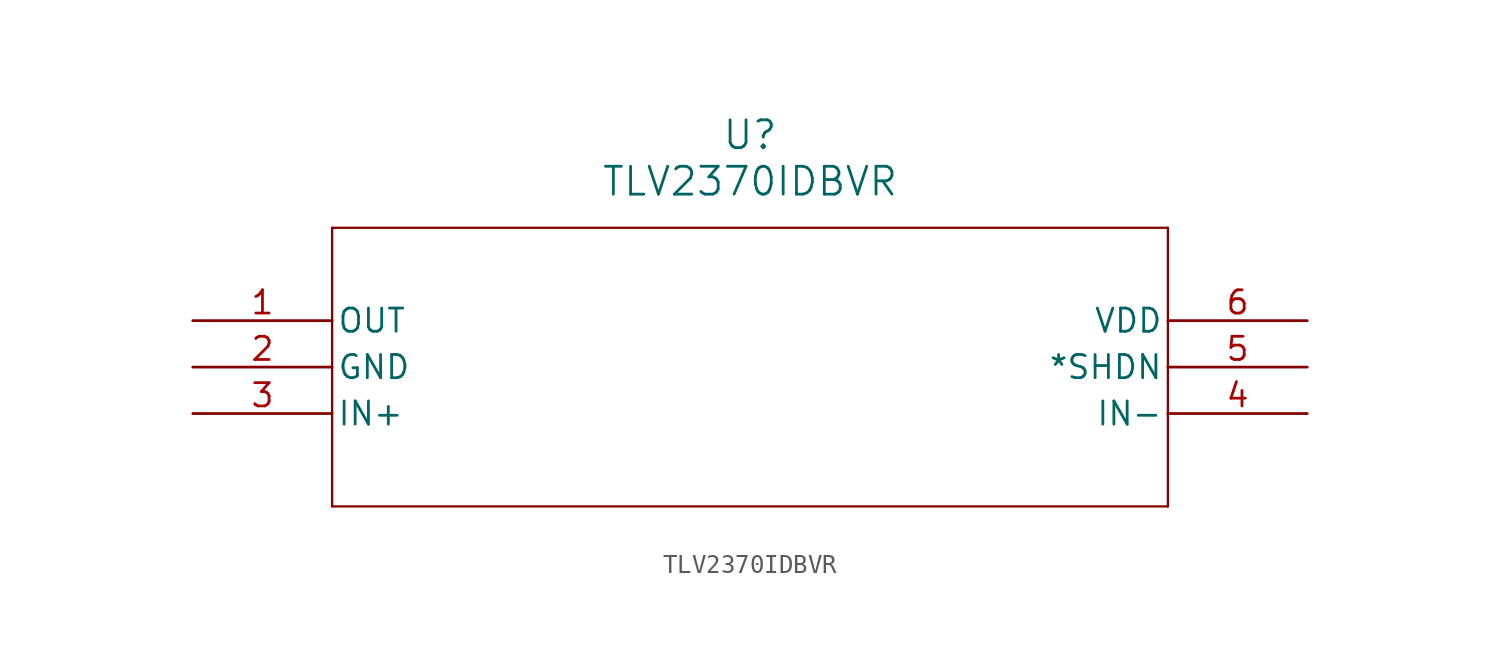
<source format=kicad_sym>
(kicad_symbol_lib
  (version 20211014)
  (generator kicad_symbol_editor)
  (symbol "TLV2370IDBVR"
    (pin_names
      (offset 0.254))
    (property "Reference" "U"
      (at 30.48 10.16 0)
      (effects (font (size 1.524 1.524))))
    (property "Value" "TLV2370IDBVR"
      (at 30.48 7.62 0)
      (effects (font (size 1.524 1.524))))
    (symbol "TLV2370IDBVR_0_1"
      (polyline (pts (xy 7.62 5.08) (xy 7.62 -10.16)) (stroke (width 0.127) (type default) (color 0 0 0 0)) (fill (type none)))
      (polyline (pts (xy 7.62 -10.16) (xy 53.34 -10.16)) (stroke (width 0.127) (type default) (color 0 0 0 0)) (fill (type none)))
      (polyline (pts (xy 53.34 -10.16) (xy 53.34 5.08)) (stroke (width 0.127) (type default) (color 0 0 0 0)) (fill (type none)))
      (polyline (pts (xy 53.34 5.08) (xy 7.62 5.08)) (stroke (width 0.127) (type default) (color 0 0 0 0)) (fill (type none)))
      (pin output line (at 0 0 0) (length 7.62) (name "OUT" (effects (font (size 1.27 1.27)))) (number "1" (effects (font (size 1.27 1.27)))))
      (pin power_in line (at 0 -2.54 0) (length 7.62) (name "GND" (effects (font (size 1.27 1.27)))) (number "2" (effects (font (size 1.27 1.27)))))
      (pin input line (at 0 -5.08 0) (length 7.62) (name "IN+" (effects (font (size 1.27 1.27)))) (number "3" (effects (font (size 1.27 1.27)))))
      (pin input line (at 60.96 -5.08 180) (length 7.62) (name "IN-" (effects (font (size 1.27 1.27)))) (number "4" (effects (font (size 1.27 1.27)))))
      (pin unspecified line (at 60.96 -2.54 180) (length 7.62) (name "*SHDN" (effects (font (size 1.27 1.27)))) (number "5" (effects (font (size 1.27 1.27)))))
      (pin power_in line (at 60.96 0 180) (length 7.62) (name "VDD" (effects (font (size 1.27 1.27)))) (number "6" (effects (font (size 1.27 1.27))))))))
</source>
